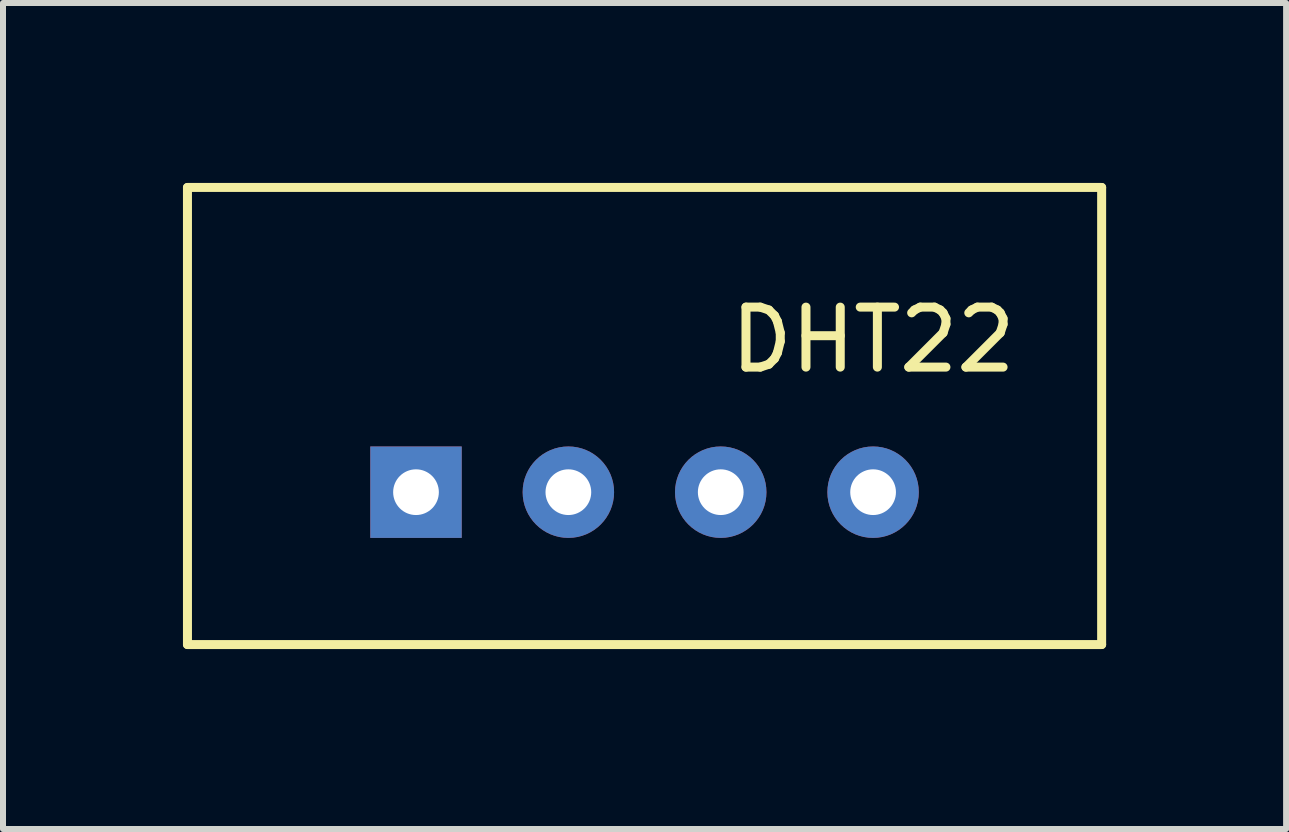
<source format=kicad_pcb>
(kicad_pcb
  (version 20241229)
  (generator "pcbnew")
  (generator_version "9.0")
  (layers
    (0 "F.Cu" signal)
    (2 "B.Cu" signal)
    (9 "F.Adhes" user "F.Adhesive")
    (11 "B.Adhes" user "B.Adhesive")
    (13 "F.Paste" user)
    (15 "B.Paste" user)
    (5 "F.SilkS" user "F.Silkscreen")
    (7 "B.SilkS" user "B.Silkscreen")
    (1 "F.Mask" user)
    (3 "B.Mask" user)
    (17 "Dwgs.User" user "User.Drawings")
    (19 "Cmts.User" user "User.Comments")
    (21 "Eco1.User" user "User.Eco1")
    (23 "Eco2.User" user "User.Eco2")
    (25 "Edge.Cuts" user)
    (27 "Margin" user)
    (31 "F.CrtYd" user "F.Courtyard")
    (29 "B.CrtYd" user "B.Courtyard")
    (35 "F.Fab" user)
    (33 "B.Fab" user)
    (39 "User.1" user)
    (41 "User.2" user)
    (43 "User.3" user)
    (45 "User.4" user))
  (footprint "DHT22"
    (layer "F.Cu")
    (at 3.885 5.155)
    (property "Reference" "DHT22" (at 7.62 -2.54 0) (layer "F.SilkS") (effects (font (size 1 1) (thickness 0.15))))
    (attr through_hole)
    (fp_line (start -3.81 -5.08) (end -3.81 2.54) (stroke (width 0.15) (type solid)) (layer "F.SilkS"))
    (fp_line (start -3.81 2.54) (end 11.43 2.54) (stroke (width 0.15) (type solid)) (layer "F.SilkS"))
    (fp_line (start 11.43 -5.08) (end -3.81 -5.08) (stroke (width 0.15) (type solid)) (layer "F.SilkS"))
    (fp_line (start 11.43 2.54) (end 11.43 -5.08) (stroke (width 0.15) (type solid)) (layer "F.SilkS"))
    (pad "1" thru_hole rect (at 0 0) (size 1.524 1.524) (drill 0.762) (layers "*.Cu" "*.Mask"))
    (pad "2" thru_hole circle (at 2.54 0) (size 1.524 1.524) (drill 0.762) (layers "*.Cu" "*.Mask"))
    (pad "3" thru_hole circle (at 5.08 0) (size 1.524 1.524) (drill 0.762) (layers "*.Cu" "*.Mask"))
    (pad "4" thru_hole circle (at 7.62 0) (size 1.524 1.524) (drill 0.762) (layers "*.Cu" "*.Mask")))
  (gr_rect
    (start -3 -3)
    (end 18.39 10.77)
    (stroke (width 0.1) (type default))
    (fill no)
    (layer "Edge.Cuts")))
</source>
